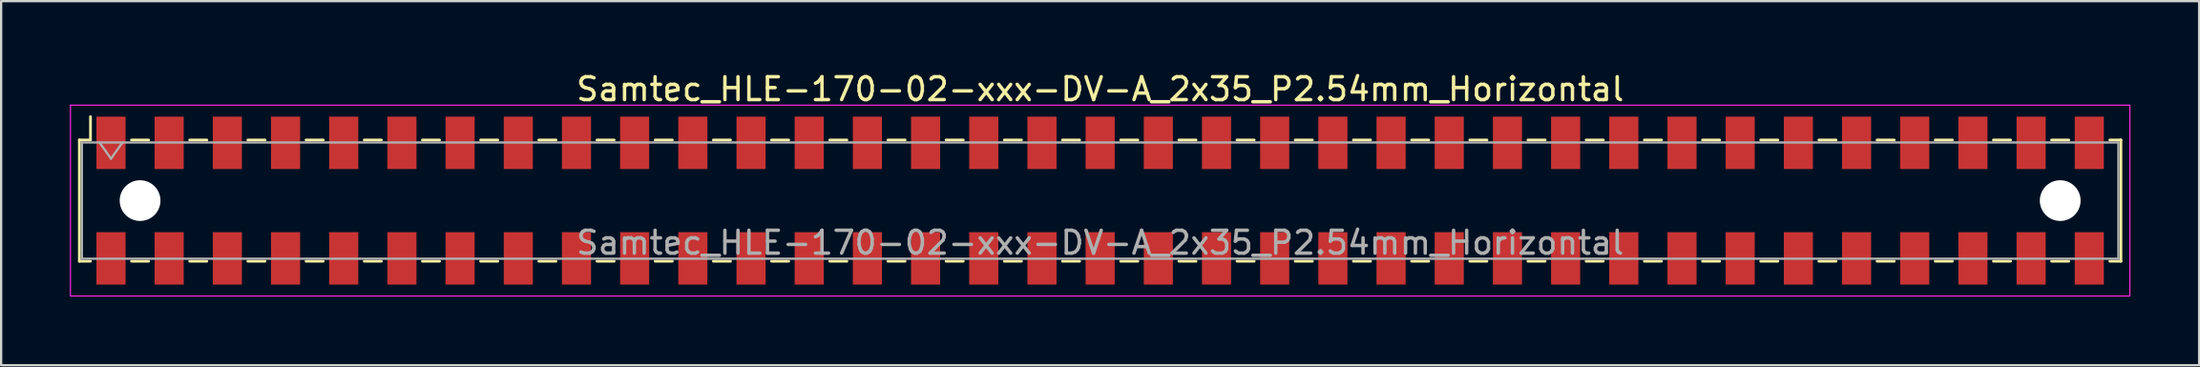
<source format=kicad_pcb>
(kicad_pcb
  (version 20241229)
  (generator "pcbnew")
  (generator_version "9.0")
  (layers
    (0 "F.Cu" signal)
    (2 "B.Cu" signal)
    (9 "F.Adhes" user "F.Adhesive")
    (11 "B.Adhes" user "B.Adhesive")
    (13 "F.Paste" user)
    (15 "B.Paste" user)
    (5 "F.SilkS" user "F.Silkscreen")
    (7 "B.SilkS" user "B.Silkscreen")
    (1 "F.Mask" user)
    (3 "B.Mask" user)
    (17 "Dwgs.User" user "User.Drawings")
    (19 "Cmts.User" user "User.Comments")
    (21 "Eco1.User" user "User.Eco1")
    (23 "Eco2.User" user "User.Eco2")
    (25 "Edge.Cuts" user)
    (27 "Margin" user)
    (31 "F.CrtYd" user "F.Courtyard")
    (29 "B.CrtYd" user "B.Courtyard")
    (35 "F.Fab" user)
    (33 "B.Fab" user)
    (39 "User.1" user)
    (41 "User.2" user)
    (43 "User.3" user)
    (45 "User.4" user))
  (footprint "Samtec_HLE-170-02-xxx-DV-A_2x35_P2.54mm_Horizontal"
    (layer "F.Cu")
    (at 44.975 5.718)
    (property "Reference" "Samtec_HLE-170-02-xxx-DV-A_2x35_P2.54mm_Horizontal" (at 0 -4.87 0) (layer "F.SilkS") (effects (font (size 1 1) (thickness 0.15))))
    (attr smd)
    (fp_line (start -44.56 -2.65) (end -44.56 2.65) (stroke (width 0.12) (type solid)) (layer "F.SilkS"))
    (fp_line (start -44.56 2.65) (end -44.075 2.65) (stroke (width 0.12) (type solid)) (layer "F.SilkS"))
    (fp_line (start -44.075 -3.67) (end -44.075 -2.65) (stroke (width 0.12) (type solid)) (layer "F.SilkS"))
    (fp_line (start -44.075 -2.65) (end -44.56 -2.65) (stroke (width 0.12) (type solid)) (layer "F.SilkS"))
    (fp_line (start -42.285 -2.65) (end -41.535 -2.65) (stroke (width 0.12) (type solid)) (layer "F.SilkS"))
    (fp_line (start -42.285 2.65) (end -41.535 2.65) (stroke (width 0.12) (type solid)) (layer "F.SilkS"))
    (fp_line (start -39.745 -2.65) (end -38.995 -2.65) (stroke (width 0.12) (type solid)) (layer "F.SilkS"))
    (fp_line (start -39.745 2.65) (end -38.995 2.65) (stroke (width 0.12) (type solid)) (layer "F.SilkS"))
    (fp_line (start -37.205 -2.65) (end -36.455 -2.65) (stroke (width 0.12) (type solid)) (layer "F.SilkS"))
    (fp_line (start -37.205 2.65) (end -36.455 2.65) (stroke (width 0.12) (type solid)) (layer "F.SilkS"))
    (fp_line (start -34.665 -2.65) (end -33.915 -2.65) (stroke (width 0.12) (type solid)) (layer "F.SilkS"))
    (fp_line (start -34.665 2.65) (end -33.915 2.65) (stroke (width 0.12) (type solid)) (layer "F.SilkS"))
    (fp_line (start -32.125 -2.65) (end -31.375 -2.65) (stroke (width 0.12) (type solid)) (layer "F.SilkS"))
    (fp_line (start -32.125 2.65) (end -31.375 2.65) (stroke (width 0.12) (type solid)) (layer "F.SilkS"))
    (fp_line (start -29.585 -2.65) (end -28.835 -2.65) (stroke (width 0.12) (type solid)) (layer "F.SilkS"))
    (fp_line (start -29.585 2.65) (end -28.835 2.65) (stroke (width 0.12) (type solid)) (layer "F.SilkS"))
    (fp_line (start -27.045 -2.65) (end -26.295 -2.65) (stroke (width 0.12) (type solid)) (layer "F.SilkS"))
    (fp_line (start -27.045 2.65) (end -26.295 2.65) (stroke (width 0.12) (type solid)) (layer "F.SilkS"))
    (fp_line (start -24.505 -2.65) (end -23.755 -2.65) (stroke (width 0.12) (type solid)) (layer "F.SilkS"))
    (fp_line (start -24.505 2.65) (end -23.755 2.65) (stroke (width 0.12) (type solid)) (layer "F.SilkS"))
    (fp_line (start -21.965 -2.65) (end -21.215 -2.65) (stroke (width 0.12) (type solid)) (layer "F.SilkS"))
    (fp_line (start -21.965 2.65) (end -21.215 2.65) (stroke (width 0.12) (type solid)) (layer "F.SilkS"))
    (fp_line (start -19.425 -2.65) (end -18.675 -2.65) (stroke (width 0.12) (type solid)) (layer "F.SilkS"))
    (fp_line (start -19.425 2.65) (end -18.675 2.65) (stroke (width 0.12) (type solid)) (layer "F.SilkS"))
    (fp_line (start -16.885 -2.65) (end -16.135 -2.65) (stroke (width 0.12) (type solid)) (layer "F.SilkS"))
    (fp_line (start -16.885 2.65) (end -16.135 2.65) (stroke (width 0.12) (type solid)) (layer "F.SilkS"))
    (fp_line (start -14.345 -2.65) (end -13.595 -2.65) (stroke (width 0.12) (type solid)) (layer "F.SilkS"))
    (fp_line (start -14.345 2.65) (end -13.595 2.65) (stroke (width 0.12) (type solid)) (layer "F.SilkS"))
    (fp_line (start -11.805 -2.65) (end -11.055 -2.65) (stroke (width 0.12) (type solid)) (layer "F.SilkS"))
    (fp_line (start -11.805 2.65) (end -11.055 2.65) (stroke (width 0.12) (type solid)) (layer "F.SilkS"))
    (fp_line (start -9.265 -2.65) (end -8.515 -2.65) (stroke (width 0.12) (type solid)) (layer "F.SilkS"))
    (fp_line (start -9.265 2.65) (end -8.515 2.65) (stroke (width 0.12) (type solid)) (layer "F.SilkS"))
    (fp_line (start -6.725 -2.65) (end -5.975 -2.65) (stroke (width 0.12) (type solid)) (layer "F.SilkS"))
    (fp_line (start -6.725 2.65) (end -5.975 2.65) (stroke (width 0.12) (type solid)) (layer "F.SilkS"))
    (fp_line (start -4.185 -2.65) (end -3.435 -2.65) (stroke (width 0.12) (type solid)) (layer "F.SilkS"))
    (fp_line (start -4.185 2.65) (end -3.435 2.65) (stroke (width 0.12) (type solid)) (layer "F.SilkS"))
    (fp_line (start -1.645 -2.65) (end -0.895 -2.65) (stroke (width 0.12) (type solid)) (layer "F.SilkS"))
    (fp_line (start -1.645 2.65) (end -0.895 2.65) (stroke (width 0.12) (type solid)) (layer "F.SilkS"))
    (fp_line (start 0.895 -2.65) (end 1.645 -2.65) (stroke (width 0.12) (type solid)) (layer "F.SilkS"))
    (fp_line (start 0.895 2.65) (end 1.645 2.65) (stroke (width 0.12) (type solid)) (layer "F.SilkS"))
    (fp_line (start 3.435 -2.65) (end 4.185 -2.65) (stroke (width 0.12) (type solid)) (layer "F.SilkS"))
    (fp_line (start 3.435 2.65) (end 4.185 2.65) (stroke (width 0.12) (type solid)) (layer "F.SilkS"))
    (fp_line (start 5.975 -2.65) (end 6.725 -2.65) (stroke (width 0.12) (type solid)) (layer "F.SilkS"))
    (fp_line (start 5.975 2.65) (end 6.725 2.65) (stroke (width 0.12) (type solid)) (layer "F.SilkS"))
    (fp_line (start 8.515 -2.65) (end 9.265 -2.65) (stroke (width 0.12) (type solid)) (layer "F.SilkS"))
    (fp_line (start 8.515 2.65) (end 9.265 2.65) (stroke (width 0.12) (type solid)) (layer "F.SilkS"))
    (fp_line (start 11.055 -2.65) (end 11.805 -2.65) (stroke (width 0.12) (type solid)) (layer "F.SilkS"))
    (fp_line (start 11.055 2.65) (end 11.805 2.65) (stroke (width 0.12) (type solid)) (layer "F.SilkS"))
    (fp_line (start 13.595 -2.65) (end 14.345 -2.65) (stroke (width 0.12) (type solid)) (layer "F.SilkS"))
    (fp_line (start 13.595 2.65) (end 14.345 2.65) (stroke (width 0.12) (type solid)) (layer "F.SilkS"))
    (fp_line (start 16.135 -2.65) (end 16.885 -2.65) (stroke (width 0.12) (type solid)) (layer "F.SilkS"))
    (fp_line (start 16.135 2.65) (end 16.885 2.65) (stroke (width 0.12) (type solid)) (layer "F.SilkS"))
    (fp_line (start 18.675 -2.65) (end 19.425 -2.65) (stroke (width 0.12) (type solid)) (layer "F.SilkS"))
    (fp_line (start 18.675 2.65) (end 19.425 2.65) (stroke (width 0.12) (type solid)) (layer "F.SilkS"))
    (fp_line (start 21.215 -2.65) (end 21.965 -2.65) (stroke (width 0.12) (type solid)) (layer "F.SilkS"))
    (fp_line (start 21.215 2.65) (end 21.965 2.65) (stroke (width 0.12) (type solid)) (layer "F.SilkS"))
    (fp_line (start 23.755 -2.65) (end 24.505 -2.65) (stroke (width 0.12) (type solid)) (layer "F.SilkS"))
    (fp_line (start 23.755 2.65) (end 24.505 2.65) (stroke (width 0.12) (type solid)) (layer "F.SilkS"))
    (fp_line (start 26.295 -2.65) (end 27.045 -2.65) (stroke (width 0.12) (type solid)) (layer "F.SilkS"))
    (fp_line (start 26.295 2.65) (end 27.045 2.65) (stroke (width 0.12) (type solid)) (layer "F.SilkS"))
    (fp_line (start 28.835 -2.65) (end 29.585 -2.65) (stroke (width 0.12) (type solid)) (layer "F.SilkS"))
    (fp_line (start 28.835 2.65) (end 29.585 2.65) (stroke (width 0.12) (type solid)) (layer "F.SilkS"))
    (fp_line (start 31.375 -2.65) (end 32.125 -2.65) (stroke (width 0.12) (type solid)) (layer "F.SilkS"))
    (fp_line (start 31.375 2.65) (end 32.125 2.65) (stroke (width 0.12) (type solid)) (layer "F.SilkS"))
    (fp_line (start 33.915 -2.65) (end 34.665 -2.65) (stroke (width 0.12) (type solid)) (layer "F.SilkS"))
    (fp_line (start 33.915 2.65) (end 34.665 2.65) (stroke (width 0.12) (type solid)) (layer "F.SilkS"))
    (fp_line (start 36.455 -2.65) (end 37.205 -2.65) (stroke (width 0.12) (type solid)) (layer "F.SilkS"))
    (fp_line (start 36.455 2.65) (end 37.205 2.65) (stroke (width 0.12) (type solid)) (layer "F.SilkS"))
    (fp_line (start 38.995 -2.65) (end 39.745 -2.65) (stroke (width 0.12) (type solid)) (layer "F.SilkS"))
    (fp_line (start 38.995 2.65) (end 39.745 2.65) (stroke (width 0.12) (type solid)) (layer "F.SilkS"))
    (fp_line (start 41.535 -2.65) (end 42.285 -2.65) (stroke (width 0.12) (type solid)) (layer "F.SilkS"))
    (fp_line (start 41.535 2.65) (end 42.285 2.65) (stroke (width 0.12) (type solid)) (layer "F.SilkS"))
    (fp_line (start 44.075 -2.65) (end 44.56 -2.65) (stroke (width 0.12) (type solid)) (layer "F.SilkS"))
    (fp_line (start 44.56 -2.65) (end 44.56 2.65) (stroke (width 0.12) (type solid)) (layer "F.SilkS"))
    (fp_line (start 44.56 2.65) (end 44.075 2.65) (stroke (width 0.12) (type solid)) (layer "F.SilkS"))
    (fp_line (start -44.95 -4.17) (end 44.95 -4.17) (stroke (width 0.05) (type solid)) (layer "F.CrtYd"))
    (fp_line (start -44.95 4.17) (end -44.95 -4.17) (stroke (width 0.05) (type solid)) (layer "F.CrtYd"))
    (fp_line (start 44.95 -4.17) (end 44.95 4.17) (stroke (width 0.05) (type solid)) (layer "F.CrtYd"))
    (fp_line (start 44.95 4.17) (end -44.95 4.17) (stroke (width 0.05) (type solid)) (layer "F.CrtYd"))
    (fp_line (start -44.45 -2.54) (end 44.45 -2.54) (stroke (width 0.1) (type solid)) (layer "F.Fab"))
    (fp_line (start -44.45 2.54) (end -44.45 -2.54) (stroke (width 0.1) (type solid)) (layer "F.Fab"))
    (fp_line (start -43.68 -2.54) (end -43.18 -1.833) (stroke (width 0.1) (type solid)) (layer "F.Fab"))
    (fp_line (start -43.18 -1.833) (end -42.68 -2.54) (stroke (width 0.1) (type solid)) (layer "F.Fab"))
    (fp_line (start 44.45 -2.54) (end 44.45 2.54) (stroke (width 0.1) (type solid)) (layer "F.Fab"))
    (fp_line (start 44.45 2.54) (end -44.45 2.54) (stroke (width 0.1) (type solid)) (layer "F.Fab"))
    (fp_text user "${REFERENCE}" (at 0 1.84 0) (layer "F.Fab") (effects (font (size 1 1) (thickness 0.15))))
    (pad "" np_thru_hole circle (at -41.91 0) (size 1.78 1.78) (drill 1.78) (layers "*.Cu" "*.Mask"))
    (pad "" np_thru_hole circle (at 41.91 0) (size 1.78 1.78) (drill 1.78) (layers "*.Cu" "*.Mask"))
    (pad "1" smd rect (at -43.18 -2.525) (size 1.27 2.29) (layers "F.Cu" "F.Mask" "F.Paste"))
    (pad "2" smd rect (at -43.18 2.525) (size 1.27 2.29) (layers "F.Cu" "F.Mask" "F.Paste"))
    (pad "3" smd rect (at -40.64 -2.525) (size 1.27 2.29) (layers "F.Cu" "F.Mask" "F.Paste"))
    (pad "4" smd rect (at -40.64 2.525) (size 1.27 2.29) (layers "F.Cu" "F.Mask" "F.Paste"))
    (pad "5" smd rect (at -38.1 -2.525) (size 1.27 2.29) (layers "F.Cu" "F.Mask" "F.Paste"))
    (pad "6" smd rect (at -38.1 2.525) (size 1.27 2.29) (layers "F.Cu" "F.Mask" "F.Paste"))
    (pad "7" smd rect (at -35.56 -2.525) (size 1.27 2.29) (layers "F.Cu" "F.Mask" "F.Paste"))
    (pad "8" smd rect (at -35.56 2.525) (size 1.27 2.29) (layers "F.Cu" "F.Mask" "F.Paste"))
    (pad "9" smd rect (at -33.02 -2.525) (size 1.27 2.29) (layers "F.Cu" "F.Mask" "F.Paste"))
    (pad "10" smd rect (at -33.02 2.525) (size 1.27 2.29) (layers "F.Cu" "F.Mask" "F.Paste"))
    (pad "11" smd rect (at -30.48 -2.525) (size 1.27 2.29) (layers "F.Cu" "F.Mask" "F.Paste"))
    (pad "12" smd rect (at -30.48 2.525) (size 1.27 2.29) (layers "F.Cu" "F.Mask" "F.Paste"))
    (pad "13" smd rect (at -27.94 -2.525) (size 1.27 2.29) (layers "F.Cu" "F.Mask" "F.Paste"))
    (pad "14" smd rect (at -27.94 2.525) (size 1.27 2.29) (layers "F.Cu" "F.Mask" "F.Paste"))
    (pad "15" smd rect (at -25.4 -2.525) (size 1.27 2.29) (layers "F.Cu" "F.Mask" "F.Paste"))
    (pad "16" smd rect (at -25.4 2.525) (size 1.27 2.29) (layers "F.Cu" "F.Mask" "F.Paste"))
    (pad "17" smd rect (at -22.86 -2.525) (size 1.27 2.29) (layers "F.Cu" "F.Mask" "F.Paste"))
    (pad "18" smd rect (at -22.86 2.525) (size 1.27 2.29) (layers "F.Cu" "F.Mask" "F.Paste"))
    (pad "19" smd rect (at -20.32 -2.525) (size 1.27 2.29) (layers "F.Cu" "F.Mask" "F.Paste"))
    (pad "20" smd rect (at -20.32 2.525) (size 1.27 2.29) (layers "F.Cu" "F.Mask" "F.Paste"))
    (pad "21" smd rect (at -17.78 -2.525) (size 1.27 2.29) (layers "F.Cu" "F.Mask" "F.Paste"))
    (pad "22" smd rect (at -17.78 2.525) (size 1.27 2.29) (layers "F.Cu" "F.Mask" "F.Paste"))
    (pad "23" smd rect (at -15.24 -2.525) (size 1.27 2.29) (layers "F.Cu" "F.Mask" "F.Paste"))
    (pad "24" smd rect (at -15.24 2.525) (size 1.27 2.29) (layers "F.Cu" "F.Mask" "F.Paste"))
    (pad "25" smd rect (at -12.7 -2.525) (size 1.27 2.29) (layers "F.Cu" "F.Mask" "F.Paste"))
    (pad "26" smd rect (at -12.7 2.525) (size 1.27 2.29) (layers "F.Cu" "F.Mask" "F.Paste"))
    (pad "27" smd rect (at -10.16 -2.525) (size 1.27 2.29) (layers "F.Cu" "F.Mask" "F.Paste"))
    (pad "28" smd rect (at -10.16 2.525) (size 1.27 2.29) (layers "F.Cu" "F.Mask" "F.Paste"))
    (pad "29" smd rect (at -7.62 -2.525) (size 1.27 2.29) (layers "F.Cu" "F.Mask" "F.Paste"))
    (pad "30" smd rect (at -7.62 2.525) (size 1.27 2.29) (layers "F.Cu" "F.Mask" "F.Paste"))
    (pad "31" smd rect (at -5.08 -2.525) (size 1.27 2.29) (layers "F.Cu" "F.Mask" "F.Paste"))
    (pad "32" smd rect (at -5.08 2.525) (size 1.27 2.29) (layers "F.Cu" "F.Mask" "F.Paste"))
    (pad "33" smd rect (at -2.54 -2.525) (size 1.27 2.29) (layers "F.Cu" "F.Mask" "F.Paste"))
    (pad "34" smd rect (at -2.54 2.525) (size 1.27 2.29) (layers "F.Cu" "F.Mask" "F.Paste"))
    (pad "35" smd rect (at 0 -2.525) (size 1.27 2.29) (layers "F.Cu" "F.Mask" "F.Paste"))
    (pad "36" smd rect (at 0 2.525) (size 1.27 2.29) (layers "F.Cu" "F.Mask" "F.Paste"))
    (pad "37" smd rect (at 2.54 -2.525) (size 1.27 2.29) (layers "F.Cu" "F.Mask" "F.Paste"))
    (pad "38" smd rect (at 2.54 2.525) (size 1.27 2.29) (layers "F.Cu" "F.Mask" "F.Paste"))
    (pad "39" smd rect (at 5.08 -2.525) (size 1.27 2.29) (layers "F.Cu" "F.Mask" "F.Paste"))
    (pad "40" smd rect (at 5.08 2.525) (size 1.27 2.29) (layers "F.Cu" "F.Mask" "F.Paste"))
    (pad "41" smd rect (at 7.62 -2.525) (size 1.27 2.29) (layers "F.Cu" "F.Mask" "F.Paste"))
    (pad "42" smd rect (at 7.62 2.525) (size 1.27 2.29) (layers "F.Cu" "F.Mask" "F.Paste"))
    (pad "43" smd rect (at 10.16 -2.525) (size 1.27 2.29) (layers "F.Cu" "F.Mask" "F.Paste"))
    (pad "44" smd rect (at 10.16 2.525) (size 1.27 2.29) (layers "F.Cu" "F.Mask" "F.Paste"))
    (pad "45" smd rect (at 12.7 -2.525) (size 1.27 2.29) (layers "F.Cu" "F.Mask" "F.Paste"))
    (pad "46" smd rect (at 12.7 2.525) (size 1.27 2.29) (layers "F.Cu" "F.Mask" "F.Paste"))
    (pad "47" smd rect (at 15.24 -2.525) (size 1.27 2.29) (layers "F.Cu" "F.Mask" "F.Paste"))
    (pad "48" smd rect (at 15.24 2.525) (size 1.27 2.29) (layers "F.Cu" "F.Mask" "F.Paste"))
    (pad "49" smd rect (at 17.78 -2.525) (size 1.27 2.29) (layers "F.Cu" "F.Mask" "F.Paste"))
    (pad "50" smd rect (at 17.78 2.525) (size 1.27 2.29) (layers "F.Cu" "F.Mask" "F.Paste"))
    (pad "51" smd rect (at 20.32 -2.525) (size 1.27 2.29) (layers "F.Cu" "F.Mask" "F.Paste"))
    (pad "52" smd rect (at 20.32 2.525) (size 1.27 2.29) (layers "F.Cu" "F.Mask" "F.Paste"))
    (pad "53" smd rect (at 22.86 -2.525) (size 1.27 2.29) (layers "F.Cu" "F.Mask" "F.Paste"))
    (pad "54" smd rect (at 22.86 2.525) (size 1.27 2.29) (layers "F.Cu" "F.Mask" "F.Paste"))
    (pad "55" smd rect (at 25.4 -2.525) (size 1.27 2.29) (layers "F.Cu" "F.Mask" "F.Paste"))
    (pad "56" smd rect (at 25.4 2.525) (size 1.27 2.29) (layers "F.Cu" "F.Mask" "F.Paste"))
    (pad "57" smd rect (at 27.94 -2.525) (size 1.27 2.29) (layers "F.Cu" "F.Mask" "F.Paste"))
    (pad "58" smd rect (at 27.94 2.525) (size 1.27 2.29) (layers "F.Cu" "F.Mask" "F.Paste"))
    (pad "59" smd rect (at 30.48 -2.525) (size 1.27 2.29) (layers "F.Cu" "F.Mask" "F.Paste"))
    (pad "60" smd rect (at 30.48 2.525) (size 1.27 2.29) (layers "F.Cu" "F.Mask" "F.Paste"))
    (pad "61" smd rect (at 33.02 -2.525) (size 1.27 2.29) (layers "F.Cu" "F.Mask" "F.Paste"))
    (pad "62" smd rect (at 33.02 2.525) (size 1.27 2.29) (layers "F.Cu" "F.Mask" "F.Paste"))
    (pad "63" smd rect (at 35.56 -2.525) (size 1.27 2.29) (layers "F.Cu" "F.Mask" "F.Paste"))
    (pad "64" smd rect (at 35.56 2.525) (size 1.27 2.29) (layers "F.Cu" "F.Mask" "F.Paste"))
    (pad "65" smd rect (at 38.1 -2.525) (size 1.27 2.29) (layers "F.Cu" "F.Mask" "F.Paste"))
    (pad "66" smd rect (at 38.1 2.525) (size 1.27 2.29) (layers "F.Cu" "F.Mask" "F.Paste"))
    (pad "67" smd rect (at 40.64 -2.525) (size 1.27 2.29) (layers "F.Cu" "F.Mask" "F.Paste"))
    (pad "68" smd rect (at 40.64 2.525) (size 1.27 2.29) (layers "F.Cu" "F.Mask" "F.Paste"))
    (pad "69" smd rect (at 43.18 -2.525) (size 1.27 2.29) (layers "F.Cu" "F.Mask" "F.Paste"))
    (pad "70" smd rect (at 43.18 2.525) (size 1.27 2.29) (layers "F.Cu" "F.Mask" "F.Paste")))
  (gr_rect
    (start -3 -3)
    (end 92.95 12.913)
    (stroke (width 0.1) (type default))
    (fill no)
    (layer "Edge.Cuts")))
</source>
